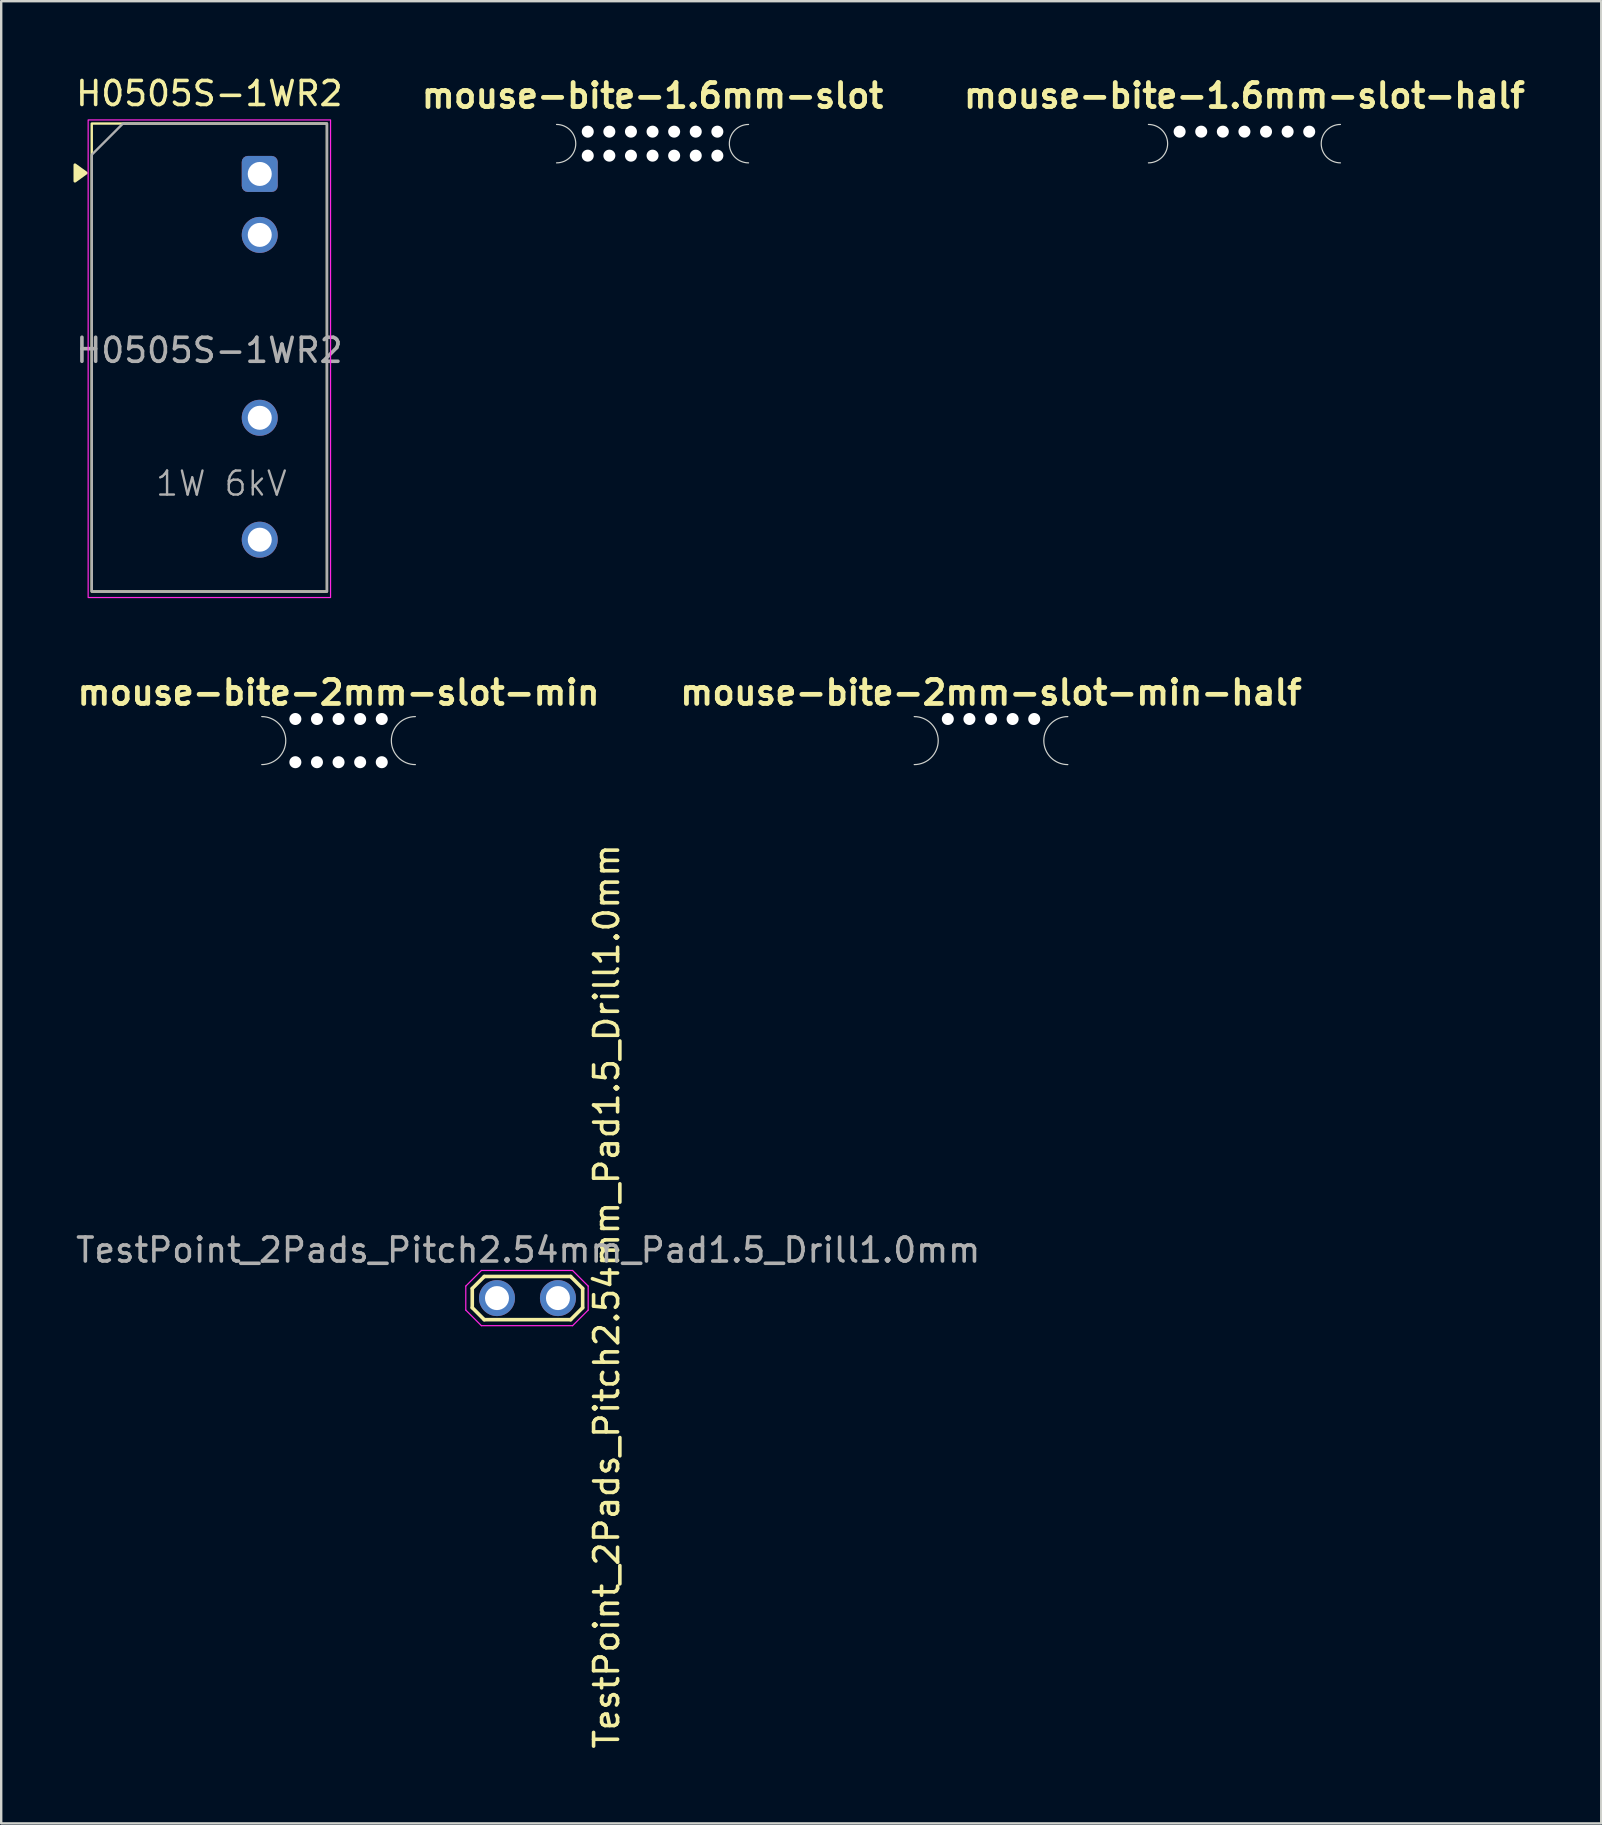
<source format=kicad_pcb>
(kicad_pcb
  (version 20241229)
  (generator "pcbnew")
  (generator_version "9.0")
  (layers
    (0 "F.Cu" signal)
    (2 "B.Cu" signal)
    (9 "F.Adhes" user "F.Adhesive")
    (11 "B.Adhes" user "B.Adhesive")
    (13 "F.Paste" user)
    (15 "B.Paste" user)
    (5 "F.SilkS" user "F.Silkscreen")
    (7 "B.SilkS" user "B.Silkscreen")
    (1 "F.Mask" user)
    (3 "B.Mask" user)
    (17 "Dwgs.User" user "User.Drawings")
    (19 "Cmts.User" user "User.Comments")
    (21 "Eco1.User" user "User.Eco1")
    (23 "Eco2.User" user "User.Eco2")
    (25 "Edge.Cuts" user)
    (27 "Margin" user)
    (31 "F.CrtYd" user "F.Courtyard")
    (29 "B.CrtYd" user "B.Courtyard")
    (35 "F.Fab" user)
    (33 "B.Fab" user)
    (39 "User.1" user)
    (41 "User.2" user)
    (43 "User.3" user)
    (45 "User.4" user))
  (footprint "mouse-bite-2mm-slot-min"
    (layer "F.Cu")
    (at 11.057 27.809)
    (property "Reference" "mouse-bite-2mm-slot-min" (at 0 -2 0) (layer "F.SilkS") (effects (font (size 1 1) (thickness 0.2))))
    (attr through_hole)
    (fp_line (start -3.2 0) (end -3.2 0) (stroke (width 2) (type solid)) (layer "Eco1.User"))
    (fp_line (start 3.2 0) (end 3.2 0) (stroke (width 2) (type solid)) (layer "Eco1.User"))
    (fp_arc (start -3.2 -1) (mid -2.2 0) (end -3.2 1) (stroke (width 0.05) (type default)) (layer "Edge.Cuts"))
    (fp_arc (start 3.2 1) (mid 2.2 0) (end 3.2 -1) (stroke (width 0.05) (type default)) (layer "Edge.Cuts"))
    (pad "" np_thru_hole circle (at -1.8 -0.9) (size 0.5 0.5) (drill 0.6) (layers "*.Cu" "*.Mask"))
    (pad "" np_thru_hole circle (at -1.8 0.9) (size 0.5 0.5) (drill 0.6) (layers "*.Cu" "*.Mask"))
    (pad "" np_thru_hole circle (at -0.9 -0.9) (size 0.5 0.5) (drill 0.6) (layers "*.Cu" "*.Mask"))
    (pad "" np_thru_hole circle (at -0.9 0.9) (size 0.5 0.5) (drill 0.6) (layers "*.Cu" "*.Mask"))
    (pad "" np_thru_hole circle (at 0 -0.9) (size 0.5 0.5) (drill 0.6) (layers "*.Cu" "*.Mask"))
    (pad "" np_thru_hole circle (at 0 0.9) (size 0.5 0.5) (drill 0.6) (layers "*.Cu" "*.Mask"))
    (pad "" np_thru_hole circle (at 0.9 -0.9) (size 0.5 0.5) (drill 0.6) (layers "*.Cu" "*.Mask"))
    (pad "" np_thru_hole circle (at 0.9 0.9) (size 0.5 0.5) (drill 0.6) (layers "*.Cu" "*.Mask"))
    (pad "" np_thru_hole circle (at 1.8 -0.9) (size 0.5 0.5) (drill 0.6) (layers "*.Cu" "*.Mask"))
    (pad "" np_thru_hole circle (at 1.8 0.9) (size 0.5 0.5) (drill 0.6) (layers "*.Cu" "*.Mask")))
  (footprint "H0505S-1WR2"
    (layer "F.Cu")
    (at 7.773 4.198)
    (property "Reference" "H0505S-1WR2" (at -2.1 -3.35 0) (layer "F.SilkS") (effects (font (size 1 1) (thickness 0.15))))
    (property "Field5" "1W 6kV" (at -1.6 12.9 0) (layer "F.Fab") (effects (font (size 1 1) (thickness 0.1))))
    (attr through_hole)
    (fp_rect (start -7 -2.1) (end 2.8 17.4) (stroke (width 0.1) (type default)) (fill no) (layer "F.SilkS"))
    (fp_poly (pts (xy -7.23 -0.04) (xy -7.7 0.3) (xy -7.7 -0.38)) (stroke (width 0.12) (type solid)) (fill yes) (layer "F.SilkS"))
    (fp_rect (start -7.15 -2.25) (end 2.95 17.65) (stroke (width 0.05) (type solid)) (fill no) (layer "F.CrtYd"))
    (fp_poly (pts (xy -7 -0.8) (xy -7 17.4) (xy 2.8 17.4) (xy 2.8 -2.1) (xy -5.7 -2.1)) (stroke (width 0.1) (type solid)) (fill no) (layer "F.Fab"))
    (fp_text user "${REFERENCE}" (at -2.1 7.35 0) (layer "F.Fab") (effects (font (size 1 1) (thickness 0.15))))
    (pad "1" thru_hole roundrect (at 0 0) (size 1.5 1.5) (drill 1) (layers "*.Cu" "*.Mask") (roundrect_rratio 0.167))
    (pad "2" thru_hole circle (at 0 2.54) (size 1.5 1.5) (drill 1) (layers "*.Cu" "*.Mask"))
    (pad "5" thru_hole circle (at 0 10.16) (size 1.5 1.5) (drill 1) (layers "*.Cu" "*.Mask"))
    (pad "7" thru_hole circle (at 0 15.24) (size 1.5 1.5) (drill 1) (layers "*.Cu" "*.Mask")))
  (footprint "mouse-bite-1.6mm-slot"
    (layer "F.Cu")
    (at 24.14 2.936)
    (property "Reference" "mouse-bite-1.6mm-slot" (at 0 -2 0) (layer "F.SilkS") (effects (font (size 1 1) (thickness 0.2))))
    (attr through_hole)
    (fp_line (start -4 0) (end -4 0) (stroke (width 1.6) (type solid)) (layer "Eco1.User"))
    (fp_line (start 4 0) (end 4 0) (stroke (width 1.6) (type solid)) (layer "Eco1.User"))
    (fp_arc (start -4 -0.8) (mid -3.2 0) (end -4 0.8) (stroke (width 0.05) (type default)) (layer "Edge.Cuts"))
    (fp_arc (start 4 0.8) (mid 3.2 0) (end 4 -0.8) (stroke (width 0.05) (type default)) (layer "Edge.Cuts"))
    (pad "" np_thru_hole circle (at -2.7 -0.5) (size 0.5 0.5) (drill 0.6) (layers "*.Cu" "*.Mask"))
    (pad "" np_thru_hole circle (at -2.7 0.5) (size 0.5 0.5) (drill 0.6) (layers "*.Cu" "*.Mask"))
    (pad "" np_thru_hole circle (at -1.8 -0.5) (size 0.5 0.5) (drill 0.6) (layers "*.Cu" "*.Mask"))
    (pad "" np_thru_hole circle (at -1.8 0.5) (size 0.5 0.5) (drill 0.6) (layers "*.Cu" "*.Mask"))
    (pad "" np_thru_hole circle (at -0.9 -0.5) (size 0.5 0.5) (drill 0.6) (layers "*.Cu" "*.Mask"))
    (pad "" np_thru_hole circle (at -0.9 0.5) (size 0.5 0.5) (drill 0.6) (layers "*.Cu" "*.Mask"))
    (pad "" np_thru_hole circle (at 0 -0.5) (size 0.5 0.5) (drill 0.6) (layers "*.Cu" "*.Mask"))
    (pad "" np_thru_hole circle (at 0 0.5) (size 0.5 0.5) (drill 0.6) (layers "*.Cu" "*.Mask"))
    (pad "" np_thru_hole circle (at 0.9 -0.5) (size 0.5 0.5) (drill 0.6) (layers "*.Cu" "*.Mask"))
    (pad "" np_thru_hole circle (at 0.9 0.5) (size 0.5 0.5) (drill 0.6) (layers "*.Cu" "*.Mask"))
    (pad "" np_thru_hole circle (at 1.8 -0.5) (size 0.5 0.5) (drill 0.6) (layers "*.Cu" "*.Mask"))
    (pad "" np_thru_hole circle (at 1.8 0.5) (size 0.5 0.5) (drill 0.6) (layers "*.Cu" "*.Mask"))
    (pad "" np_thru_hole circle (at 2.7 -0.5) (size 0.5 0.5) (drill 0.6) (layers "*.Cu" "*.Mask"))
    (pad "" np_thru_hole circle (at 2.7 0.5) (size 0.5 0.5) (drill 0.6) (layers "*.Cu" "*.Mask")))
  (footprint "mouse-bite-2mm-slot-min-half"
    (layer "F.Cu")
    (at 38.243 27.809)
    (property "Reference" "mouse-bite-2mm-slot-min-half" (at 0 -2 0) (layer "F.SilkS") (effects (font (size 1 1) (thickness 0.2))))
    (attr through_hole)
    (fp_line (start -3.2 0) (end -3.2 0) (stroke (width 2) (type solid)) (layer "Eco1.User"))
    (fp_line (start 3.2 0) (end 3.2 0) (stroke (width 2) (type solid)) (layer "Eco1.User"))
    (fp_arc (start -3.2 -1) (mid -2.2 0) (end -3.2 1) (stroke (width 0.05) (type default)) (layer "Edge.Cuts"))
    (fp_arc (start 3.2 1) (mid 2.2 0) (end 3.2 -1) (stroke (width 0.05) (type default)) (layer "Edge.Cuts"))
    (pad "" np_thru_hole circle (at -1.8 -0.9) (size 0.5 0.5) (drill 0.6) (layers "*.Cu" "*.Mask"))
    (pad "" np_thru_hole circle (at -0.9 -0.9) (size 0.5 0.5) (drill 0.6) (layers "*.Cu" "*.Mask"))
    (pad "" np_thru_hole circle (at 0 -0.9) (size 0.5 0.5) (drill 0.6) (layers "*.Cu" "*.Mask"))
    (pad "" np_thru_hole circle (at 0.9 -0.9) (size 0.5 0.5) (drill 0.6) (layers "*.Cu" "*.Mask"))
    (pad "" np_thru_hole circle (at 1.8 -0.9) (size 0.5 0.5) (drill 0.6) (layers "*.Cu" "*.Mask")))
  (footprint "TestPoint_2Pads_Pitch2.54mm_Pad1.5_Drill1.0mm"
    (layer "F.Cu")
    (at 17.658 51.038)
    (property "Reference" "TestPoint_2Pads_Pitch2.54mm_Pad1.5_Drill1.0mm" (at 4.57 -0.07 90) (layer "F.SilkS") (effects (font (size 1 1) (thickness 0.15))))
    (attr exclude_from_pos_files)
    (fp_line (start -1.03 -0.4) (end -0.53 -0.9) (stroke (width 0.15) (type solid)) (layer "F.SilkS"))
    (fp_line (start -1.03 0.4) (end -1.03 -0.4) (stroke (width 0.15) (type solid)) (layer "F.SilkS"))
    (fp_line (start -0.53 -0.9) (end 3.07 -0.9) (stroke (width 0.15) (type solid)) (layer "F.SilkS"))
    (fp_line (start -0.53 0.9) (end -1.03 0.4) (stroke (width 0.15) (type solid)) (layer "F.SilkS"))
    (fp_line (start 3.07 -0.9) (end 3.57 -0.4) (stroke (width 0.15) (type solid)) (layer "F.SilkS"))
    (fp_line (start 3.07 0.9) (end -0.53 0.9) (stroke (width 0.15) (type solid)) (layer "F.SilkS"))
    (fp_line (start 3.57 -0.4) (end 3.57 0.4) (stroke (width 0.15) (type solid)) (layer "F.SilkS"))
    (fp_line (start 3.57 0.4) (end 3.07 0.9) (stroke (width 0.15) (type solid)) (layer "F.SilkS"))
    (fp_line (start -1.3 -0.5) (end -1.3 0.5) (stroke (width 0.05) (type solid)) (layer "F.CrtYd"))
    (fp_line (start -1.3 0.5) (end -0.65 1.15) (stroke (width 0.05) (type solid)) (layer "F.CrtYd"))
    (fp_line (start -0.65 -1.15) (end -1.3 -0.5) (stroke (width 0.05) (type solid)) (layer "F.CrtYd"))
    (fp_line (start -0.65 1.15) (end 3.15 1.15) (stroke (width 0.05) (type solid)) (layer "F.CrtYd"))
    (fp_line (start 3.15 -1.15) (end -0.65 -1.15) (stroke (width 0.05) (type solid)) (layer "F.CrtYd"))
    (fp_line (start 3.15 1.15) (end 3.8 0.5) (stroke (width 0.05) (type solid)) (layer "F.CrtYd"))
    (fp_line (start 3.8 -0.5) (end 3.15 -1.15) (stroke (width 0.05) (type solid)) (layer "F.CrtYd"))
    (fp_line (start 3.8 0.5) (end 3.8 -0.5) (stroke (width 0.05) (type solid)) (layer "F.CrtYd"))
    (fp_text user "${REFERENCE}" (at 1.3 -2 180) (layer "F.Fab") (effects (font (size 1 1) (thickness 0.15))))
    (pad "1" thru_hole circle (at 0 0) (size 1.5 1.5) (drill 1) (layers "*.Cu" "*.Mask"))
    (pad "2" thru_hole circle (at 2.54 0) (size 1.5 1.5) (drill 1) (layers "*.Cu" "*.Mask")))
  (footprint "mouse-bite-1.6mm-slot-half"
    (layer "F.Cu")
    (at 48.802 2.936)
    (property "Reference" "mouse-bite-1.6mm-slot-half" (at 0 -2 0) (layer "F.SilkS") (effects (font (size 1 1) (thickness 0.2))))
    (attr through_hole)
    (fp_line (start -4 0) (end -4 0) (stroke (width 1.6) (type solid)) (layer "Eco1.User"))
    (fp_line (start 4 0) (end 4 0) (stroke (width 1.6) (type solid)) (layer "Eco1.User"))
    (fp_arc (start -4 -0.8) (mid -3.2 0) (end -4 0.8) (stroke (width 0.05) (type default)) (layer "Edge.Cuts"))
    (fp_arc (start 4 0.8) (mid 3.2 0) (end 4 -0.8) (stroke (width 0.05) (type default)) (layer "Edge.Cuts"))
    (pad "" np_thru_hole circle (at -2.7 -0.5) (size 0.5 0.5) (drill 0.6) (layers "*.Cu" "*.Mask"))
    (pad "" np_thru_hole circle (at -1.8 -0.5) (size 0.5 0.5) (drill 0.6) (layers "*.Cu" "*.Mask"))
    (pad "" np_thru_hole circle (at -0.9 -0.5) (size 0.5 0.5) (drill 0.6) (layers "*.Cu" "*.Mask"))
    (pad "" np_thru_hole circle (at 0 -0.5) (size 0.5 0.5) (drill 0.6) (layers "*.Cu" "*.Mask"))
    (pad "" np_thru_hole circle (at 0.9 -0.5) (size 0.5 0.5) (drill 0.6) (layers "*.Cu" "*.Mask"))
    (pad "" np_thru_hole circle (at 1.8 -0.5) (size 0.5 0.5) (drill 0.6) (layers "*.Cu" "*.Mask"))
    (pad "" np_thru_hole circle (at 2.7 -0.5) (size 0.5 0.5) (drill 0.6) (layers "*.Cu" "*.Mask")))
  (gr_rect
    (start -3 -3)
    (end 63.669 72.926)
    (stroke (width 0.1) (type default))
    (fill no)
    (layer "Edge.Cuts")))
</source>
